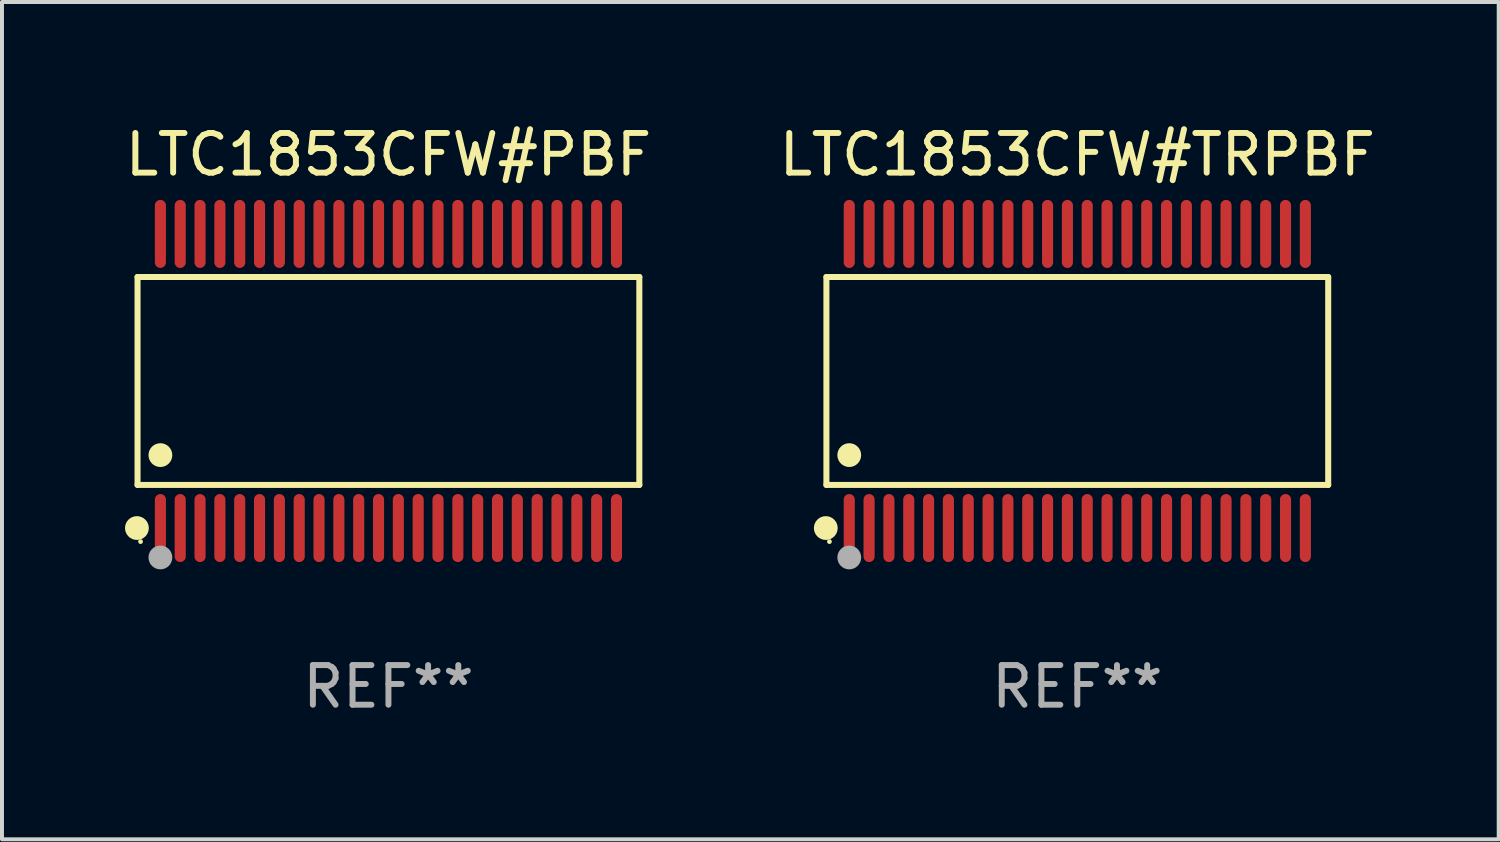
<source format=kicad_pcb>
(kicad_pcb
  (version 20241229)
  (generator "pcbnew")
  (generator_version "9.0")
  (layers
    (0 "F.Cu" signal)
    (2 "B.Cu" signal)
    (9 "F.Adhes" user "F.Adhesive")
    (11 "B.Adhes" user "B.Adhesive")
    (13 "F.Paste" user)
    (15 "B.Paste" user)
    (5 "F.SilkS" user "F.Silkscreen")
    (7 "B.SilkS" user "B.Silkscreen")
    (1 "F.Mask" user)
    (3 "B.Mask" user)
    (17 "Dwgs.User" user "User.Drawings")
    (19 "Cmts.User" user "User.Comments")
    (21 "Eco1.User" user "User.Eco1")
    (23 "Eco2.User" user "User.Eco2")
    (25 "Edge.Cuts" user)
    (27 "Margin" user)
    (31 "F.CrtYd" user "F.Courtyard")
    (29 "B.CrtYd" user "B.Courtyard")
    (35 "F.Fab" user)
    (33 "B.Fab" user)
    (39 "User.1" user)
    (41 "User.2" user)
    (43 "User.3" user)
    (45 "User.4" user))
  (footprint "LTC1853CFW#TRPBF"
    (layer "F.Cu")
    (at 24.113 6.556)
    (property "Reference" "LTC1853CFW#TRPBF" (at 0 -5.708 0) (layer "F.SilkS") (effects (font (size 1 1) (thickness 0.15))))
    (attr through_hole)
    (fp_line (start -6.326 -2.622) (end 6.326 -2.622) (stroke (width 0.152) (type solid)) (layer "F.SilkS"))
    (fp_line (start -6.326 2.621) (end -6.326 -2.622) (stroke (width 0.152) (type solid)) (layer "F.SilkS"))
    (fp_line (start 6.326 -2.622) (end 6.326 2.621) (stroke (width 0.152) (type solid)) (layer "F.SilkS"))
    (fp_line (start 6.326 2.621) (end -6.326 2.621) (stroke (width 0.152) (type solid)) (layer "F.SilkS"))
    (fp_circle (center -6.342 3.708) (end -6.192 3.708) (stroke (width 0.3) (type solid)) (fill no) (layer "F.SilkS"))
    (fp_circle (center -6.25 4.05) (end -6.22 4.05) (stroke (width 0.06) (type solid)) (fill no) (layer "F.SilkS"))
    (fp_circle (center -5.75 1.869) (end -5.6 1.869) (stroke (width 0.3) (type solid)) (fill no) (layer "F.SilkS"))
    (fp_circle (center -5.75 4.45) (end -5.6 4.45) (stroke (width 0.3) (type solid)) (fill no) (layer "F.Fab"))
    (fp_text user "REF**" (at 0 7.708 0) (layer "F.Fab") (effects (font (size 1 1) (thickness 0.15))))
    (pad "1" smd oval (at -5.75 3.708) (size 0.28 1.715) (layers "F.Cu" "F.Mask" "F.Paste"))
    (pad "2" smd oval (at -5.25 3.708) (size 0.28 1.715) (layers "F.Cu" "F.Mask" "F.Paste"))
    (pad "3" smd oval (at -4.75 3.708) (size 0.28 1.715) (layers "F.Cu" "F.Mask" "F.Paste"))
    (pad "4" smd oval (at -4.25 3.708) (size 0.28 1.715) (layers "F.Cu" "F.Mask" "F.Paste"))
    (pad "5" smd oval (at -3.75 3.708) (size 0.28 1.715) (layers "F.Cu" "F.Mask" "F.Paste"))
    (pad "6" smd oval (at -3.25 3.708) (size 0.28 1.715) (layers "F.Cu" "F.Mask" "F.Paste"))
    (pad "7" smd oval (at -2.75 3.708) (size 0.28 1.715) (layers "F.Cu" "F.Mask" "F.Paste"))
    (pad "8" smd oval (at -2.25 3.708) (size 0.28 1.715) (layers "F.Cu" "F.Mask" "F.Paste"))
    (pad "9" smd oval (at -1.75 3.708) (size 0.28 1.715) (layers "F.Cu" "F.Mask" "F.Paste"))
    (pad "10" smd oval (at -1.25 3.708) (size 0.28 1.715) (layers "F.Cu" "F.Mask" "F.Paste"))
    (pad "11" smd oval (at -0.75 3.708) (size 0.28 1.715) (layers "F.Cu" "F.Mask" "F.Paste"))
    (pad "12" smd oval (at -0.25 3.708) (size 0.28 1.715) (layers "F.Cu" "F.Mask" "F.Paste"))
    (pad "13" smd oval (at 0.25 3.708) (size 0.28 1.715) (layers "F.Cu" "F.Mask" "F.Paste"))
    (pad "14" smd oval (at 0.75 3.708) (size 0.28 1.715) (layers "F.Cu" "F.Mask" "F.Paste"))
    (pad "15" smd oval (at 1.25 3.708) (size 0.28 1.715) (layers "F.Cu" "F.Mask" "F.Paste"))
    (pad "16" smd oval (at 1.75 3.708) (size 0.28 1.715) (layers "F.Cu" "F.Mask" "F.Paste"))
    (pad "17" smd oval (at 2.25 3.708) (size 0.28 1.715) (layers "F.Cu" "F.Mask" "F.Paste"))
    (pad "18" smd oval (at 2.75 3.708) (size 0.28 1.715) (layers "F.Cu" "F.Mask" "F.Paste"))
    (pad "19" smd oval (at 3.25 3.708) (size 0.28 1.715) (layers "F.Cu" "F.Mask" "F.Paste"))
    (pad "20" smd oval (at 3.75 3.708) (size 0.28 1.715) (layers "F.Cu" "F.Mask" "F.Paste"))
    (pad "21" smd oval (at 4.25 3.708) (size 0.28 1.715) (layers "F.Cu" "F.Mask" "F.Paste"))
    (pad "22" smd oval (at 4.75 3.708) (size 0.28 1.715) (layers "F.Cu" "F.Mask" "F.Paste"))
    (pad "23" smd oval (at 5.25 3.708) (size 0.28 1.715) (layers "F.Cu" "F.Mask" "F.Paste"))
    (pad "24" smd oval (at 5.75 3.708) (size 0.28 1.715) (layers "F.Cu" "F.Mask" "F.Paste"))
    (pad "25" smd oval (at 5.75 -3.708) (size 0.28 1.715) (layers "F.Cu" "F.Mask" "F.Paste"))
    (pad "26" smd oval (at 5.25 -3.708) (size 0.28 1.715) (layers "F.Cu" "F.Mask" "F.Paste"))
    (pad "27" smd oval (at 4.75 -3.708) (size 0.28 1.715) (layers "F.Cu" "F.Mask" "F.Paste"))
    (pad "28" smd oval (at 4.25 -3.708) (size 0.28 1.715) (layers "F.Cu" "F.Mask" "F.Paste"))
    (pad "29" smd oval (at 3.75 -3.708) (size 0.28 1.715) (layers "F.Cu" "F.Mask" "F.Paste"))
    (pad "30" smd oval (at 3.25 -3.708) (size 0.28 1.715) (layers "F.Cu" "F.Mask" "F.Paste"))
    (pad "31" smd oval (at 2.75 -3.708) (size 0.28 1.715) (layers "F.Cu" "F.Mask" "F.Paste"))
    (pad "32" smd oval (at 2.25 -3.708) (size 0.28 1.715) (layers "F.Cu" "F.Mask" "F.Paste"))
    (pad "33" smd oval (at 1.75 -3.708) (size 0.28 1.715) (layers "F.Cu" "F.Mask" "F.Paste"))
    (pad "34" smd oval (at 1.25 -3.708) (size 0.28 1.715) (layers "F.Cu" "F.Mask" "F.Paste"))
    (pad "35" smd oval (at 0.75 -3.708) (size 0.28 1.715) (layers "F.Cu" "F.Mask" "F.Paste"))
    (pad "36" smd oval (at 0.25 -3.708) (size 0.28 1.715) (layers "F.Cu" "F.Mask" "F.Paste"))
    (pad "37" smd oval (at -0.25 -3.708) (size 0.28 1.715) (layers "F.Cu" "F.Mask" "F.Paste"))
    (pad "38" smd oval (at -0.75 -3.708) (size 0.28 1.715) (layers "F.Cu" "F.Mask" "F.Paste"))
    (pad "39" smd oval (at -1.25 -3.708) (size 0.28 1.715) (layers "F.Cu" "F.Mask" "F.Paste"))
    (pad "40" smd oval (at -1.75 -3.708) (size 0.28 1.715) (layers "F.Cu" "F.Mask" "F.Paste"))
    (pad "41" smd oval (at -2.25 -3.708) (size 0.28 1.715) (layers "F.Cu" "F.Mask" "F.Paste"))
    (pad "42" smd oval (at -2.75 -3.708) (size 0.28 1.715) (layers "F.Cu" "F.Mask" "F.Paste"))
    (pad "43" smd oval (at -3.25 -3.708) (size 0.28 1.715) (layers "F.Cu" "F.Mask" "F.Paste"))
    (pad "44" smd oval (at -3.75 -3.708) (size 0.28 1.715) (layers "F.Cu" "F.Mask" "F.Paste"))
    (pad "45" smd oval (at -4.25 -3.708) (size 0.28 1.715) (layers "F.Cu" "F.Mask" "F.Paste"))
    (pad "46" smd oval (at -4.75 -3.708) (size 0.28 1.715) (layers "F.Cu" "F.Mask" "F.Paste"))
    (pad "47" smd oval (at -5.25 -3.708) (size 0.28 1.715) (layers "F.Cu" "F.Mask" "F.Paste"))
    (pad "48" smd oval (at -5.75 -3.708) (size 0.28 1.715) (layers "F.Cu" "F.Mask" "F.Paste")))
  (footprint "LTC1853CFW#PBF"
    (layer "F.Cu")
    (at 6.744 6.556)
    (property "Reference" "LTC1853CFW#PBF" (at 0 -5.708 0) (layer "F.SilkS") (effects (font (size 1 1) (thickness 0.15))))
    (attr through_hole)
    (fp_line (start -6.326 -2.622) (end 6.326 -2.622) (stroke (width 0.152) (type solid)) (layer "F.SilkS"))
    (fp_line (start -6.326 2.621) (end -6.326 -2.622) (stroke (width 0.152) (type solid)) (layer "F.SilkS"))
    (fp_line (start 6.326 -2.622) (end 6.326 2.621) (stroke (width 0.152) (type solid)) (layer "F.SilkS"))
    (fp_line (start 6.326 2.621) (end -6.326 2.621) (stroke (width 0.152) (type solid)) (layer "F.SilkS"))
    (fp_circle (center -6.342 3.708) (end -6.192 3.708) (stroke (width 0.3) (type solid)) (fill no) (layer "F.SilkS"))
    (fp_circle (center -6.25 4.05) (end -6.22 4.05) (stroke (width 0.06) (type solid)) (fill no) (layer "F.SilkS"))
    (fp_circle (center -5.75 1.869) (end -5.6 1.869) (stroke (width 0.3) (type solid)) (fill no) (layer "F.SilkS"))
    (fp_circle (center -5.75 4.45) (end -5.6 4.45) (stroke (width 0.3) (type solid)) (fill no) (layer "F.Fab"))
    (fp_text user "REF**" (at 0 7.708 0) (layer "F.Fab") (effects (font (size 1 1) (thickness 0.15))))
    (pad "1" smd oval (at -5.75 3.708) (size 0.28 1.715) (layers "F.Cu" "F.Mask" "F.Paste"))
    (pad "2" smd oval (at -5.25 3.708) (size 0.28 1.715) (layers "F.Cu" "F.Mask" "F.Paste"))
    (pad "3" smd oval (at -4.75 3.708) (size 0.28 1.715) (layers "F.Cu" "F.Mask" "F.Paste"))
    (pad "4" smd oval (at -4.25 3.708) (size 0.28 1.715) (layers "F.Cu" "F.Mask" "F.Paste"))
    (pad "5" smd oval (at -3.75 3.708) (size 0.28 1.715) (layers "F.Cu" "F.Mask" "F.Paste"))
    (pad "6" smd oval (at -3.25 3.708) (size 0.28 1.715) (layers "F.Cu" "F.Mask" "F.Paste"))
    (pad "7" smd oval (at -2.75 3.708) (size 0.28 1.715) (layers "F.Cu" "F.Mask" "F.Paste"))
    (pad "8" smd oval (at -2.25 3.708) (size 0.28 1.715) (layers "F.Cu" "F.Mask" "F.Paste"))
    (pad "9" smd oval (at -1.75 3.708) (size 0.28 1.715) (layers "F.Cu" "F.Mask" "F.Paste"))
    (pad "10" smd oval (at -1.25 3.708) (size 0.28 1.715) (layers "F.Cu" "F.Mask" "F.Paste"))
    (pad "11" smd oval (at -0.75 3.708) (size 0.28 1.715) (layers "F.Cu" "F.Mask" "F.Paste"))
    (pad "12" smd oval (at -0.25 3.708) (size 0.28 1.715) (layers "F.Cu" "F.Mask" "F.Paste"))
    (pad "13" smd oval (at 0.25 3.708) (size 0.28 1.715) (layers "F.Cu" "F.Mask" "F.Paste"))
    (pad "14" smd oval (at 0.75 3.708) (size 0.28 1.715) (layers "F.Cu" "F.Mask" "F.Paste"))
    (pad "15" smd oval (at 1.25 3.708) (size 0.28 1.715) (layers "F.Cu" "F.Mask" "F.Paste"))
    (pad "16" smd oval (at 1.75 3.708) (size 0.28 1.715) (layers "F.Cu" "F.Mask" "F.Paste"))
    (pad "17" smd oval (at 2.25 3.708) (size 0.28 1.715) (layers "F.Cu" "F.Mask" "F.Paste"))
    (pad "18" smd oval (at 2.75 3.708) (size 0.28 1.715) (layers "F.Cu" "F.Mask" "F.Paste"))
    (pad "19" smd oval (at 3.25 3.708) (size 0.28 1.715) (layers "F.Cu" "F.Mask" "F.Paste"))
    (pad "20" smd oval (at 3.75 3.708) (size 0.28 1.715) (layers "F.Cu" "F.Mask" "F.Paste"))
    (pad "21" smd oval (at 4.25 3.708) (size 0.28 1.715) (layers "F.Cu" "F.Mask" "F.Paste"))
    (pad "22" smd oval (at 4.75 3.708) (size 0.28 1.715) (layers "F.Cu" "F.Mask" "F.Paste"))
    (pad "23" smd oval (at 5.25 3.708) (size 0.28 1.715) (layers "F.Cu" "F.Mask" "F.Paste"))
    (pad "24" smd oval (at 5.75 3.708) (size 0.28 1.715) (layers "F.Cu" "F.Mask" "F.Paste"))
    (pad "25" smd oval (at 5.75 -3.708) (size 0.28 1.715) (layers "F.Cu" "F.Mask" "F.Paste"))
    (pad "26" smd oval (at 5.25 -3.708) (size 0.28 1.715) (layers "F.Cu" "F.Mask" "F.Paste"))
    (pad "27" smd oval (at 4.75 -3.708) (size 0.28 1.715) (layers "F.Cu" "F.Mask" "F.Paste"))
    (pad "28" smd oval (at 4.25 -3.708) (size 0.28 1.715) (layers "F.Cu" "F.Mask" "F.Paste"))
    (pad "29" smd oval (at 3.75 -3.708) (size 0.28 1.715) (layers "F.Cu" "F.Mask" "F.Paste"))
    (pad "30" smd oval (at 3.25 -3.708) (size 0.28 1.715) (layers "F.Cu" "F.Mask" "F.Paste"))
    (pad "31" smd oval (at 2.75 -3.708) (size 0.28 1.715) (layers "F.Cu" "F.Mask" "F.Paste"))
    (pad "32" smd oval (at 2.25 -3.708) (size 0.28 1.715) (layers "F.Cu" "F.Mask" "F.Paste"))
    (pad "33" smd oval (at 1.75 -3.708) (size 0.28 1.715) (layers "F.Cu" "F.Mask" "F.Paste"))
    (pad "34" smd oval (at 1.25 -3.708) (size 0.28 1.715) (layers "F.Cu" "F.Mask" "F.Paste"))
    (pad "35" smd oval (at 0.75 -3.708) (size 0.28 1.715) (layers "F.Cu" "F.Mask" "F.Paste"))
    (pad "36" smd oval (at 0.25 -3.708) (size 0.28 1.715) (layers "F.Cu" "F.Mask" "F.Paste"))
    (pad "37" smd oval (at -0.25 -3.708) (size 0.28 1.715) (layers "F.Cu" "F.Mask" "F.Paste"))
    (pad "38" smd oval (at -0.75 -3.708) (size 0.28 1.715) (layers "F.Cu" "F.Mask" "F.Paste"))
    (pad "39" smd oval (at -1.25 -3.708) (size 0.28 1.715) (layers "F.Cu" "F.Mask" "F.Paste"))
    (pad "40" smd oval (at -1.75 -3.708) (size 0.28 1.715) (layers "F.Cu" "F.Mask" "F.Paste"))
    (pad "41" smd oval (at -2.25 -3.708) (size 0.28 1.715) (layers "F.Cu" "F.Mask" "F.Paste"))
    (pad "42" smd oval (at -2.75 -3.708) (size 0.28 1.715) (layers "F.Cu" "F.Mask" "F.Paste"))
    (pad "43" smd oval (at -3.25 -3.708) (size 0.28 1.715) (layers "F.Cu" "F.Mask" "F.Paste"))
    (pad "44" smd oval (at -3.75 -3.708) (size 0.28 1.715) (layers "F.Cu" "F.Mask" "F.Paste"))
    (pad "45" smd oval (at -4.25 -3.708) (size 0.28 1.715) (layers "F.Cu" "F.Mask" "F.Paste"))
    (pad "46" smd oval (at -4.75 -3.708) (size 0.28 1.715) (layers "F.Cu" "F.Mask" "F.Paste"))
    (pad "47" smd oval (at -5.25 -3.708) (size 0.28 1.715) (layers "F.Cu" "F.Mask" "F.Paste"))
    (pad "48" smd oval (at -5.75 -3.708) (size 0.28 1.715) (layers "F.Cu" "F.Mask" "F.Paste")))
  (gr_rect
    (start -3 -3)
    (end 34.738 18.112)
    (stroke (width 0.1) (type default))
    (fill no)
    (layer "Edge.Cuts")))
</source>
